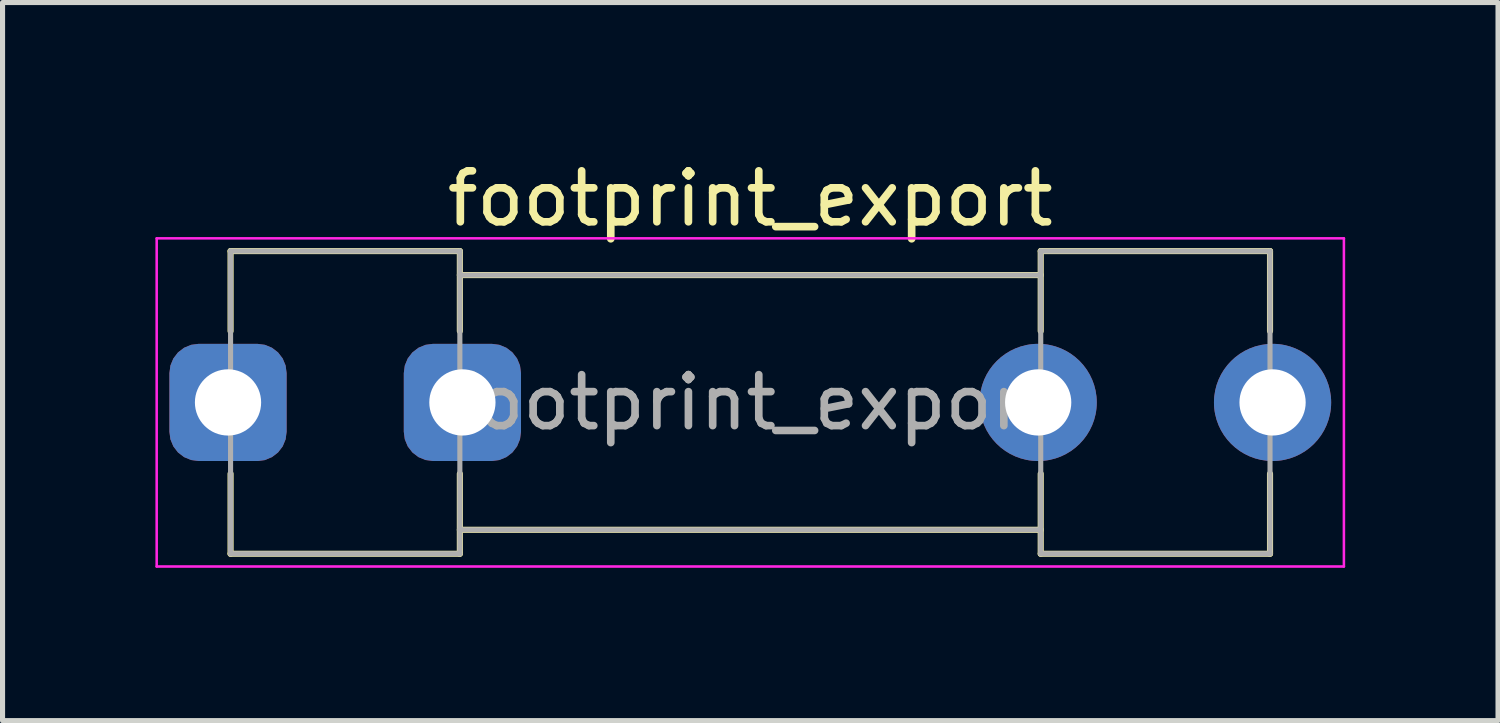
<source format=kicad_pcb>
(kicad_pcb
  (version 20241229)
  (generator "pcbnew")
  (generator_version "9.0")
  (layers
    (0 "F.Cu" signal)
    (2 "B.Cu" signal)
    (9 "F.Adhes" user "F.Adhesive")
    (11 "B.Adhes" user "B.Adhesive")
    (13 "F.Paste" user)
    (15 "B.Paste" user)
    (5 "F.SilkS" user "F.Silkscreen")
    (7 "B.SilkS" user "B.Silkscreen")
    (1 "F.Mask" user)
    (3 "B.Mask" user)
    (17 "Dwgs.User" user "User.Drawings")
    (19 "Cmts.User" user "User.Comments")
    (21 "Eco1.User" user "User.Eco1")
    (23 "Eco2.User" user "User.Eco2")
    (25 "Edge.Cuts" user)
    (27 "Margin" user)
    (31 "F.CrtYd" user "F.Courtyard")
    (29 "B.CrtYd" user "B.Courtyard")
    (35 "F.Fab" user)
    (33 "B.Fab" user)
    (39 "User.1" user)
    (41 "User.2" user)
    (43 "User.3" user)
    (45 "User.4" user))
  (footprint "footprint_export"
    (layer "F.Cu")
    (at 1.425 4.848)
    (property "Reference" "footprint_export" (at 10.25 -4 0) (layer "F.SilkS") (effects (font (size 1 1) (thickness 0.15))))
    (attr through_hole)
    (fp_line (start 0.05 -2.97) (end 0.05 -1.4) (stroke (width 0.12) (type solid)) (layer "F.SilkS"))
    (fp_line (start 0.05 2.97) (end 0.05 1.4) (stroke (width 0.12) (type solid)) (layer "F.SilkS"))
    (fp_line (start 4.55 -2.97) (end 0.05 -2.97) (stroke (width 0.12) (type solid)) (layer "F.SilkS"))
    (fp_line (start 4.55 -2.97) (end 4.55 -1.4) (stroke (width 0.12) (type solid)) (layer "F.SilkS"))
    (fp_line (start 4.55 2.97) (end 0.05 2.97) (stroke (width 0.12) (type solid)) (layer "F.SilkS"))
    (fp_line (start 4.55 2.97) (end 4.55 1.4) (stroke (width 0.12) (type solid)) (layer "F.SilkS"))
    (fp_line (start 15.95 -2.97) (end 15.95 -1.4) (stroke (width 0.12) (type solid)) (layer "F.SilkS"))
    (fp_line (start 15.95 -2.5) (end 4.55 -2.5) (stroke (width 0.12) (type solid)) (layer "F.SilkS"))
    (fp_line (start 15.95 2.5) (end 4.55 2.5) (stroke (width 0.12) (type solid)) (layer "F.SilkS"))
    (fp_line (start 15.95 2.97) (end 15.95 1.4) (stroke (width 0.12) (type solid)) (layer "F.SilkS"))
    (fp_line (start 15.95 2.97) (end 20.45 2.97) (stroke (width 0.12) (type solid)) (layer "F.SilkS"))
    (fp_line (start 20.45 -2.97) (end 15.95 -2.97) (stroke (width 0.12) (type solid)) (layer "F.SilkS"))
    (fp_line (start 20.45 -1.4) (end 20.45 -2.97) (stroke (width 0.12) (type solid)) (layer "F.SilkS"))
    (fp_line (start 20.45 1.4) (end 20.45 2.97) (stroke (width 0.12) (type solid)) (layer "F.SilkS"))
    (fp_line (start -1.4 -3.22) (end -1.4 3.22) (stroke (width 0.05) (type solid)) (layer "F.CrtYd"))
    (fp_line (start -1.4 -3.22) (end 21.9 -3.22) (stroke (width 0.05) (type solid)) (layer "F.CrtYd"))
    (fp_line (start 21.9 3.22) (end -1.4 3.22) (stroke (width 0.05) (type solid)) (layer "F.CrtYd"))
    (fp_line (start 21.9 3.22) (end 21.9 -3.22) (stroke (width 0.05) (type solid)) (layer "F.CrtYd"))
    (fp_line (start 0.05 -2.97) (end 4.55 -2.97) (stroke (width 0.1) (type solid)) (layer "F.Fab"))
    (fp_line (start 0.05 2.97) (end 0.05 -2.97) (stroke (width 0.1) (type solid)) (layer "F.Fab"))
    (fp_line (start 4.55 -2.97) (end 4.55 2.97) (stroke (width 0.1) (type solid)) (layer "F.Fab"))
    (fp_line (start 4.55 -2.5) (end 15.95 -2.5) (stroke (width 0.1) (type solid)) (layer "F.Fab"))
    (fp_line (start 4.55 2.97) (end 0.05 2.97) (stroke (width 0.1) (type solid)) (layer "F.Fab"))
    (fp_line (start 15.95 -2.97) (end 15.95 2.97) (stroke (width 0.1) (type solid)) (layer "F.Fab"))
    (fp_line (start 15.95 2.5) (end 4.55 2.5) (stroke (width 0.1) (type solid)) (layer "F.Fab"))
    (fp_line (start 15.95 2.97) (end 20.45 2.97) (stroke (width 0.1) (type solid)) (layer "F.Fab"))
    (fp_line (start 20.45 -2.97) (end 15.95 -2.97) (stroke (width 0.1) (type solid)) (layer "F.Fab"))
    (fp_line (start 20.45 2.97) (end 20.45 -2.97) (stroke (width 0.1) (type solid)) (layer "F.Fab"))
    (fp_text user "${REFERENCE}" (at 10.25 0 0) (layer "F.Fab") (effects (font (size 1 1) (thickness 0.15))))
    (pad "1" thru_hole roundrect (at 0 0) (size 2.3 2.3) (drill 1.3) (layers "*.Cu" "*.Mask") (roundrect_rratio 0.25))
    (pad "1" thru_hole roundrect (at 4.6 0) (size 2.3 2.3) (drill 1.3) (layers "*.Cu" "*.Mask") (roundrect_rratio 0.25))
    (pad "2" thru_hole circle (at 15.9 0) (size 2.3 2.3) (drill 1.3) (layers "*.Cu" "*.Mask"))
    (pad "2" thru_hole circle (at 20.5 0) (size 2.3 2.3) (drill 1.3) (layers "*.Cu" "*.Mask")))
  (gr_rect
    (start -3 -3)
    (end 26.35 11.093)
    (stroke (width 0.1) (type default))
    (fill no)
    (layer "Edge.Cuts")))
</source>
